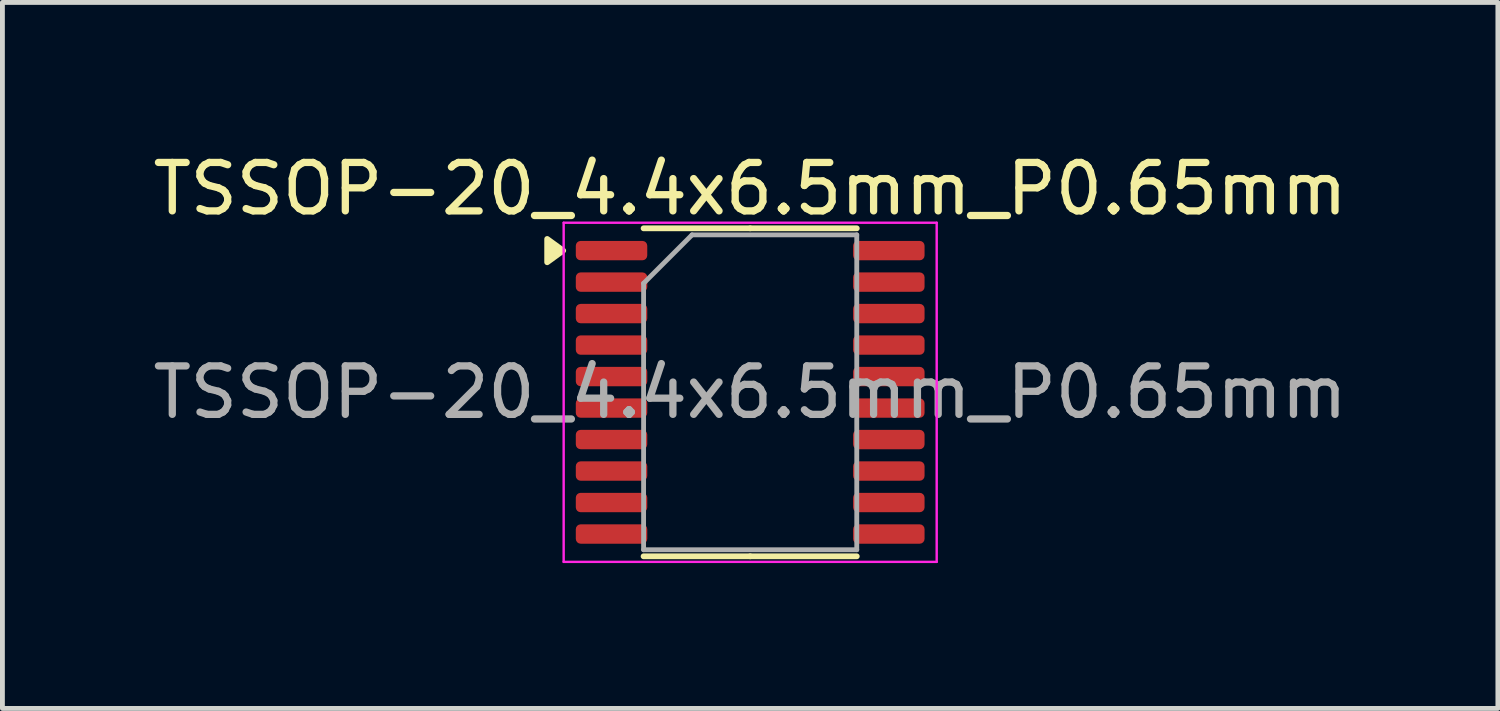
<source format=kicad_pcb>
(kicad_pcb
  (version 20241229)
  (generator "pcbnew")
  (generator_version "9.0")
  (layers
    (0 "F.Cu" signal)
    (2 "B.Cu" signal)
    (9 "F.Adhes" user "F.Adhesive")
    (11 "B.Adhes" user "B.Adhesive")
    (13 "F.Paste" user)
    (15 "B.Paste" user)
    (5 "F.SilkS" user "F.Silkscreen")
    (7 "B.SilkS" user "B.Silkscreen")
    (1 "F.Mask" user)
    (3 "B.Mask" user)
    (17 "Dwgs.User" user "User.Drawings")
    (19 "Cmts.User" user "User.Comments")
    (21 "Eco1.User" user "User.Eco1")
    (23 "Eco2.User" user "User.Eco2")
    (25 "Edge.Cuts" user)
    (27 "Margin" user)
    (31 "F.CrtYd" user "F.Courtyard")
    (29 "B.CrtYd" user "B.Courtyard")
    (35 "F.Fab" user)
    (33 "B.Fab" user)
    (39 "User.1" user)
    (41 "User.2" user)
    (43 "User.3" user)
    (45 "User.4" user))
  (footprint "TSSOP-20_4.4x6.5mm_P0.65mm"
    (layer "F.Cu")
    (at 12.435 5.048)
    (property "Reference" "TSSOP-20_4.4x6.5mm_P0.65mm" (at 0 -4.2 0) (layer "F.SilkS") (effects (font (size 1 1) (thickness 0.15))))
    (attr smd)
    (fp_line (start 0 -3.385) (end -2.2 -3.385) (stroke (width 0.12) (type solid)) (layer "F.SilkS"))
    (fp_line (start 0 -3.385) (end 2.2 -3.385) (stroke (width 0.12) (type solid)) (layer "F.SilkS"))
    (fp_line (start 0 3.385) (end -2.2 3.385) (stroke (width 0.12) (type solid)) (layer "F.SilkS"))
    (fp_line (start 0 3.385) (end 2.2 3.385) (stroke (width 0.12) (type solid)) (layer "F.SilkS"))
    (fp_poly (pts (xy -3.86 -2.925) (xy -4.19 -3.165) (xy -4.19 -2.685) (xy -3.86 -2.925)) (stroke (width 0.12) (type solid)) (fill yes) (layer "F.SilkS"))
    (fp_line (start -3.85 -3.5) (end -3.85 3.5) (stroke (width 0.05) (type solid)) (layer "F.CrtYd"))
    (fp_line (start -3.85 3.5) (end 3.85 3.5) (stroke (width 0.05) (type solid)) (layer "F.CrtYd"))
    (fp_line (start 3.85 -3.5) (end -3.85 -3.5) (stroke (width 0.05) (type solid)) (layer "F.CrtYd"))
    (fp_line (start 3.85 3.5) (end 3.85 -3.5) (stroke (width 0.05) (type solid)) (layer "F.CrtYd"))
    (fp_line (start -2.2 -2.25) (end -1.2 -3.25) (stroke (width 0.1) (type solid)) (layer "F.Fab"))
    (fp_line (start -2.2 3.25) (end -2.2 -2.25) (stroke (width 0.1) (type solid)) (layer "F.Fab"))
    (fp_line (start -1.2 -3.25) (end 2.2 -3.25) (stroke (width 0.1) (type solid)) (layer "F.Fab"))
    (fp_line (start 2.2 -3.25) (end 2.2 3.25) (stroke (width 0.1) (type solid)) (layer "F.Fab"))
    (fp_line (start 2.2 3.25) (end -2.2 3.25) (stroke (width 0.1) (type solid)) (layer "F.Fab"))
    (fp_text user "${REFERENCE}" (at 0 0 0) (layer "F.Fab") (effects (font (size 1 1) (thickness 0.15))))
    (pad "1" smd roundrect (at -2.862 -2.925) (size 1.475 0.4) (layers "F.Cu" "F.Mask" "F.Paste") (roundrect_rratio 0.25))
    (pad "2" smd roundrect (at -2.862 -2.275) (size 1.475 0.4) (layers "F.Cu" "F.Mask" "F.Paste") (roundrect_rratio 0.25))
    (pad "3" smd roundrect (at -2.862 -1.625) (size 1.475 0.4) (layers "F.Cu" "F.Mask" "F.Paste") (roundrect_rratio 0.25))
    (pad "4" smd roundrect (at -2.862 -0.975) (size 1.475 0.4) (layers "F.Cu" "F.Mask" "F.Paste") (roundrect_rratio 0.25))
    (pad "5" smd roundrect (at -2.862 -0.325) (size 1.475 0.4) (layers "F.Cu" "F.Mask" "F.Paste") (roundrect_rratio 0.25))
    (pad "6" smd roundrect (at -2.862 0.325) (size 1.475 0.4) (layers "F.Cu" "F.Mask" "F.Paste") (roundrect_rratio 0.25))
    (pad "7" smd roundrect (at -2.862 0.975) (size 1.475 0.4) (layers "F.Cu" "F.Mask" "F.Paste") (roundrect_rratio 0.25))
    (pad "8" smd roundrect (at -2.862 1.625) (size 1.475 0.4) (layers "F.Cu" "F.Mask" "F.Paste") (roundrect_rratio 0.25))
    (pad "9" smd roundrect (at -2.862 2.275) (size 1.475 0.4) (layers "F.Cu" "F.Mask" "F.Paste") (roundrect_rratio 0.25))
    (pad "10" smd roundrect (at -2.862 2.925) (size 1.475 0.4) (layers "F.Cu" "F.Mask" "F.Paste") (roundrect_rratio 0.25))
    (pad "11" smd roundrect (at 2.862 2.925) (size 1.475 0.4) (layers "F.Cu" "F.Mask" "F.Paste") (roundrect_rratio 0.25))
    (pad "12" smd roundrect (at 2.862 2.275) (size 1.475 0.4) (layers "F.Cu" "F.Mask" "F.Paste") (roundrect_rratio 0.25))
    (pad "13" smd roundrect (at 2.862 1.625) (size 1.475 0.4) (layers "F.Cu" "F.Mask" "F.Paste") (roundrect_rratio 0.25))
    (pad "14" smd roundrect (at 2.862 0.975) (size 1.475 0.4) (layers "F.Cu" "F.Mask" "F.Paste") (roundrect_rratio 0.25))
    (pad "15" smd roundrect (at 2.862 0.325) (size 1.475 0.4) (layers "F.Cu" "F.Mask" "F.Paste") (roundrect_rratio 0.25))
    (pad "16" smd roundrect (at 2.862 -0.325) (size 1.475 0.4) (layers "F.Cu" "F.Mask" "F.Paste") (roundrect_rratio 0.25))
    (pad "17" smd roundrect (at 2.862 -0.975) (size 1.475 0.4) (layers "F.Cu" "F.Mask" "F.Paste") (roundrect_rratio 0.25))
    (pad "18" smd roundrect (at 2.862 -1.625) (size 1.475 0.4) (layers "F.Cu" "F.Mask" "F.Paste") (roundrect_rratio 0.25))
    (pad "19" smd roundrect (at 2.862 -2.275) (size 1.475 0.4) (layers "F.Cu" "F.Mask" "F.Paste") (roundrect_rratio 0.25))
    (pad "20" smd roundrect (at 2.862 -2.925) (size 1.475 0.4) (layers "F.Cu" "F.Mask" "F.Paste") (roundrect_rratio 0.25)))
  (gr_rect
    (start -3 -3)
    (end 27.869 11.573)
    (stroke (width 0.1) (type default))
    (fill no)
    (layer "Edge.Cuts")))
</source>
